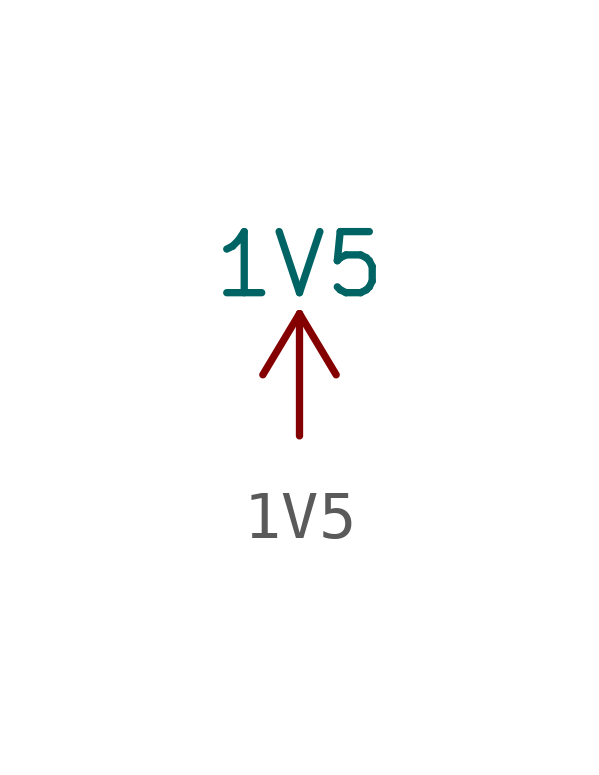
<source format=kicad_sym>
(kicad_symbol_lib
  (version 20211014)
  (generator kicad_symbol_editor)
  (symbol "1V5"
    (power)
    (pin_names
      (offset 0))
    (property "Reference" "#PWR"
      (at 0 -3.81 0)
      (effects (font (size 1.27 1.27)) hide))
    (property "Value" "1V5"
      (at 0 3.556 0)
      (effects (font (size 1.27 1.27))))
    (symbol "1V5_0_1"
      (polyline (pts (xy -0.762 1.27) (xy 0 2.54)) (stroke (width 0) (type default) (color 0 0 0 0)) (fill (type none)))
      (polyline (pts (xy 0 0) (xy 0 2.54)) (stroke (width 0) (type default) (color 0 0 0 0)) (fill (type none)))
      (polyline (pts (xy 0 2.54) (xy 0.762 1.27)) (stroke (width 0) (type default) (color 0 0 0 0)) (fill (type none))))
    (symbol "1V5_1_1"
      (pin power_in line (at 0 0 90) (length 0) hide (name "1V5" (effects (font (size 1.27 1.27)))) (number "1" (effects (font (size 1.27 1.27))))))))
</source>
